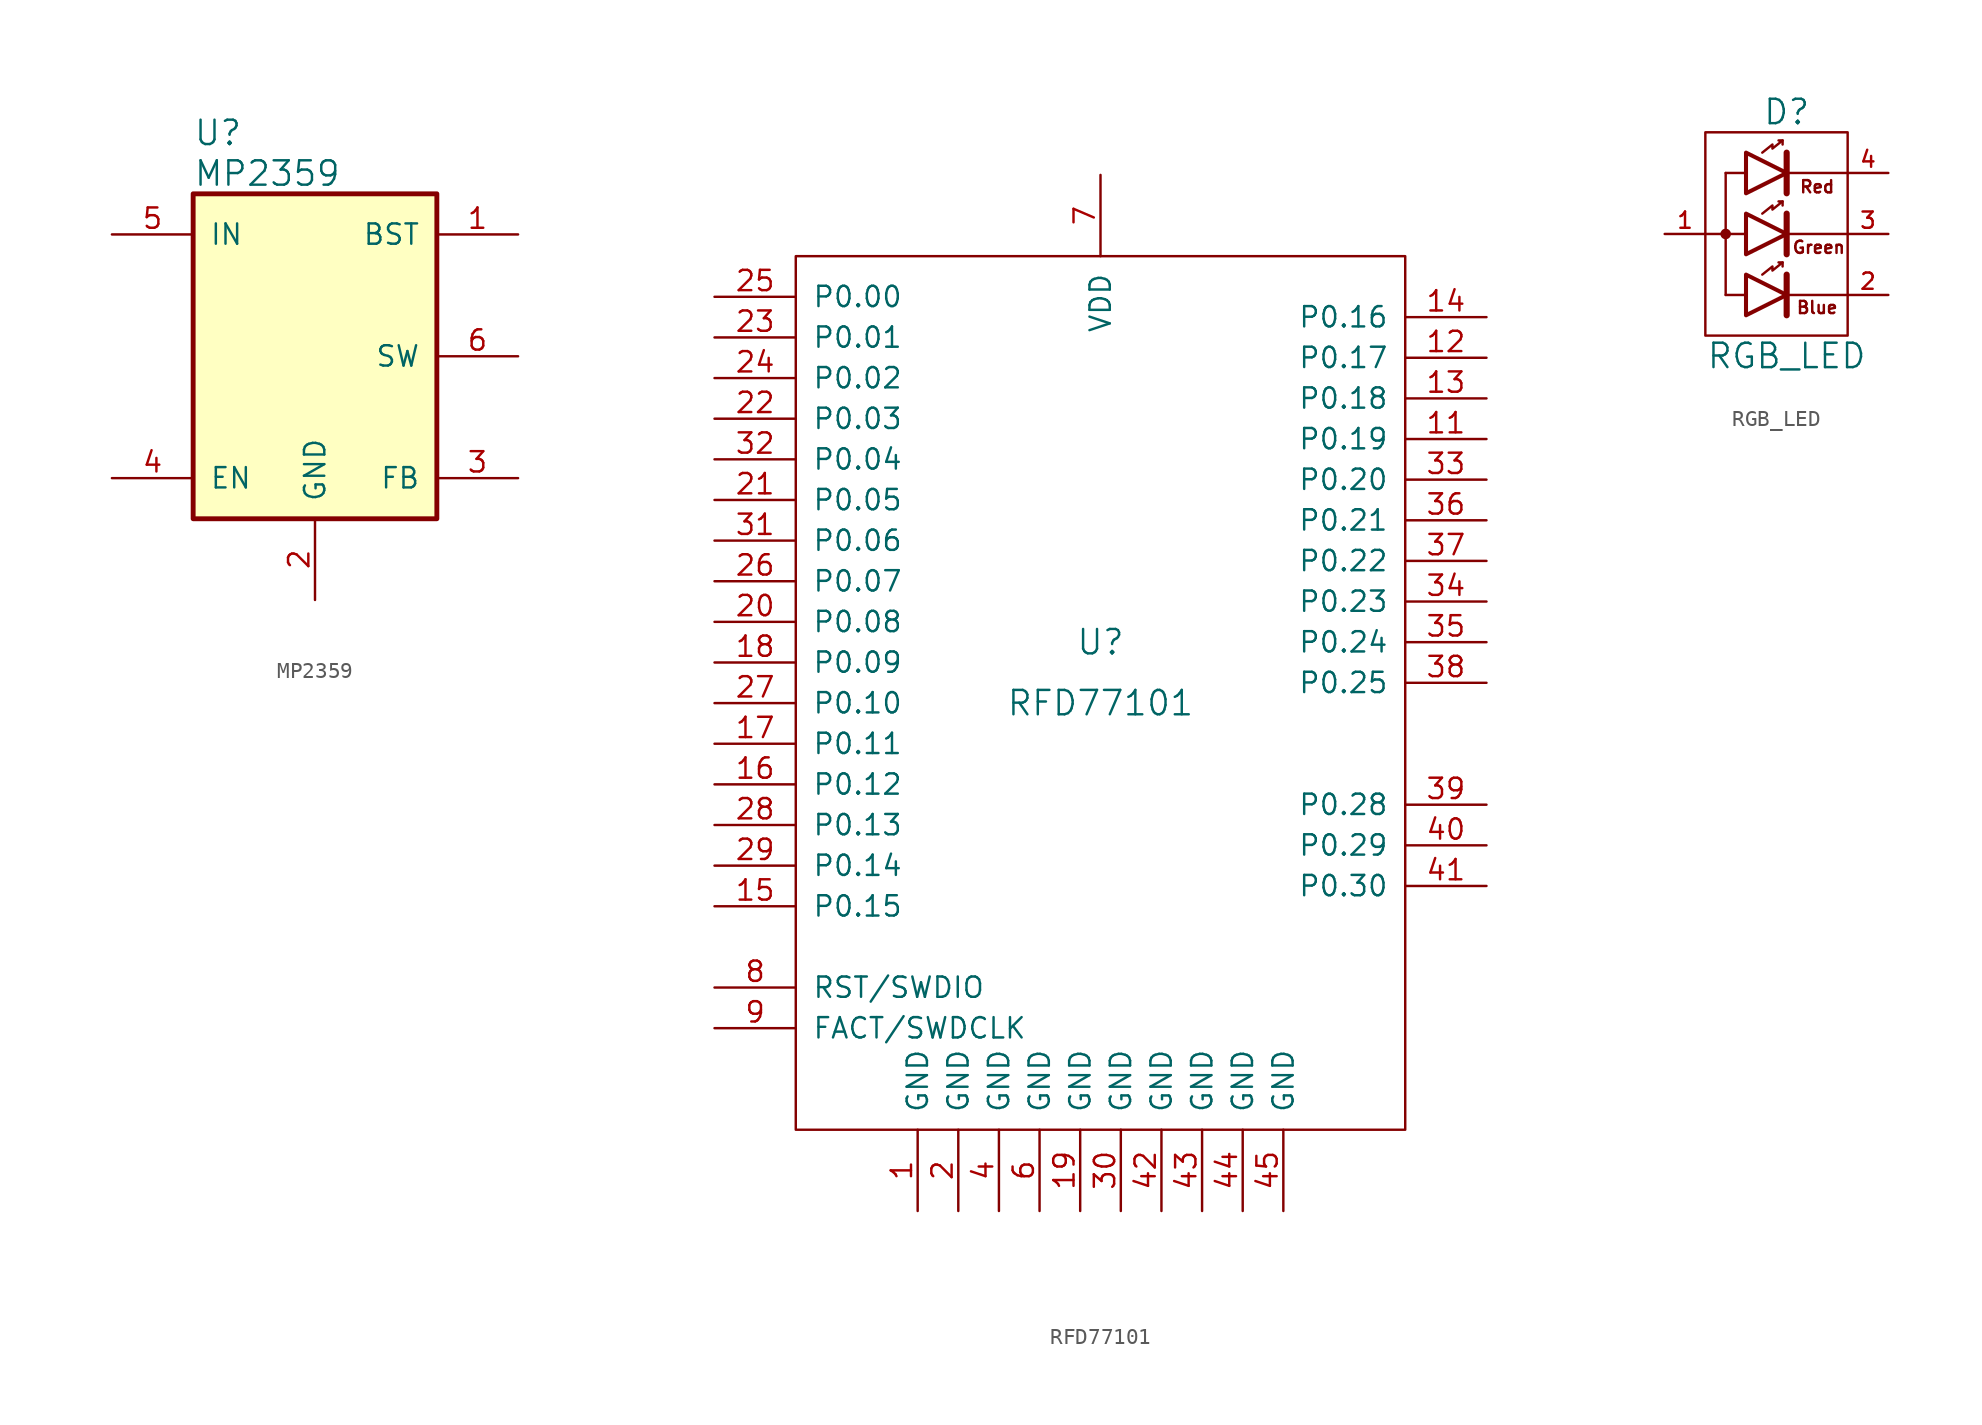
<source format=kicad_sym>
(kicad_symbol_lib
  (version 20241209)
  (generator "kicad_symbol_editor")
  (generator_version "9.0")
  (symbol "MP2359"
    (pin_names
      (offset 1.016))
    (property "Reference" "U"
      (at 5.08 6.35 0)
      (effects (font (size 1.524 1.524)) (justify left)))
    (property "Value" "MP2359"
      (at 5.08 3.81 0)
      (effects (font (size 1.524 1.524)) (justify left)))
    (property "ki_locked" ""
      (at 0 0 0)
      (effects (font (size 1.27 1.27))))
    (symbol "MP2359_1_1"
      (rectangle (start 5.08 2.54) (end 20.32 -17.78) (stroke (width 0.305) (type default)) (fill (type background)))
      (pin power_in line (at 0 0 0) (length 5.08) (name "IN" (effects (font (size 1.27 1.27)))) (number "5" (effects (font (size 1.27 1.27)))))
      (pin input line (at 0 -15.24 0) (length 5.08) (name "EN" (effects (font (size 1.27 1.27)))) (number "4" (effects (font (size 1.27 1.27)))))
      (pin power_in line (at 12.7 -22.86 90) (length 5.08) (name "GND" (effects (font (size 1.27 1.27)))) (number "2" (effects (font (size 1.27 1.27)))))
      (pin passive line (at 25.4 0 180) (length 5.08) (name "BST" (effects (font (size 1.27 1.27)))) (number "1" (effects (font (size 1.27 1.27)))))
      (pin output line (at 25.4 -7.62 180) (length 5.08) (name "SW" (effects (font (size 1.27 1.27)))) (number "6" (effects (font (size 1.27 1.27)))))
      (pin input line (at 25.4 -15.24 180) (length 5.08) (name "FB" (effects (font (size 1.27 1.27)))) (number "3" (effects (font (size 1.27 1.27)))))))
  (symbol "RFD77101"
    (pin_names
      (offset 1.016))
    (property "Reference" "U"
      (at 0 1.27 0)
      (effects (font (size 1.524 1.524))))
    (property "Value" "RFD77101"
      (at 0 -2.54 0)
      (effects (font (size 1.524 1.524))))
    (property "Footprint" ""
      (at 0 -2.54 0)
      (effects (font (size 1.524 1.524))))
    (property "Datasheet" ""
      (at 0 -2.54 0)
      (effects (font (size 1.524 1.524))))
    (symbol "RFD77101_0_1"
      (rectangle (start -19.05 25.4) (end 19.05 -29.21) (stroke (width 0) (type default)) (fill (type none))))
    (symbol "RFD77101_1_1"
      (pin bidirectional line (at -24.13 22.86 0) (length 5.08) (name "P0.00" (effects (font (size 1.27 1.27)))) (number "25" (effects (font (size 1.27 1.27)))))
      (pin bidirectional line (at -24.13 20.32 0) (length 5.08) (name "P0.01" (effects (font (size 1.27 1.27)))) (number "23" (effects (font (size 1.27 1.27)))))
      (pin bidirectional line (at -24.13 17.78 0) (length 5.08) (name "P0.02" (effects (font (size 1.27 1.27)))) (number "24" (effects (font (size 1.27 1.27)))))
      (pin bidirectional line (at -24.13 15.24 0) (length 5.08) (name "P0.03" (effects (font (size 1.27 1.27)))) (number "22" (effects (font (size 1.27 1.27)))))
      (pin bidirectional line (at -24.13 12.7 0) (length 5.08) (name "P0.04" (effects (font (size 1.27 1.27)))) (number "32" (effects (font (size 1.27 1.27)))))
      (pin bidirectional line (at -24.13 10.16 0) (length 5.08) (name "P0.05" (effects (font (size 1.27 1.27)))) (number "21" (effects (font (size 1.27 1.27)))))
      (pin bidirectional line (at -24.13 7.62 0) (length 5.08) (name "P0.06" (effects (font (size 1.27 1.27)))) (number "31" (effects (font (size 1.27 1.27)))))
      (pin bidirectional line (at -24.13 5.08 0) (length 5.08) (name "P0.07" (effects (font (size 1.27 1.27)))) (number "26" (effects (font (size 1.27 1.27)))))
      (pin bidirectional line (at -24.13 2.54 0) (length 5.08) (name "P0.08" (effects (font (size 1.27 1.27)))) (number "20" (effects (font (size 1.27 1.27)))))
      (pin bidirectional line (at -24.13 0 0) (length 5.08) (name "P0.09" (effects (font (size 1.27 1.27)))) (number "18" (effects (font (size 1.27 1.27)))))
      (pin bidirectional line (at -24.13 -2.54 0) (length 5.08) (name "P0.10" (effects (font (size 1.27 1.27)))) (number "27" (effects (font (size 1.27 1.27)))))
      (pin bidirectional line (at -24.13 -5.08 0) (length 5.08) (name "P0.11" (effects (font (size 1.27 1.27)))) (number "17" (effects (font (size 1.27 1.27)))))
      (pin bidirectional line (at -24.13 -7.62 0) (length 5.08) (name "P0.12" (effects (font (size 1.27 1.27)))) (number "16" (effects (font (size 1.27 1.27)))))
      (pin bidirectional line (at -24.13 -10.16 0) (length 5.08) (name "P0.13" (effects (font (size 1.27 1.27)))) (number "28" (effects (font (size 1.27 1.27)))))
      (pin bidirectional line (at -24.13 -12.7 0) (length 5.08) (name "P0.14" (effects (font (size 1.27 1.27)))) (number "29" (effects (font (size 1.27 1.27)))))
      (pin bidirectional line (at -24.13 -15.24 0) (length 5.08) (name "P0.15" (effects (font (size 1.27 1.27)))) (number "15" (effects (font (size 1.27 1.27)))))
      (pin bidirectional line (at -24.13 -20.32 0) (length 5.08) (name "RST/SWDIO" (effects (font (size 1.27 1.27)))) (number "8" (effects (font (size 1.27 1.27)))))
      (pin input line (at -24.13 -22.86 0) (length 5.08) (name "FACT/SWDCLK" (effects (font (size 1.27 1.27)))) (number "9" (effects (font (size 1.27 1.27)))))
      (pin power_in line (at -11.43 -34.29 90) (length 5.08) (name "GND" (effects (font (size 1.27 1.27)))) (number "1" (effects (font (size 1.27 1.27)))))
      (pin power_in line (at -8.89 -34.29 90) (length 5.08) (name "GND" (effects (font (size 1.27 1.27)))) (number "2" (effects (font (size 1.27 1.27)))))
      (pin power_in line (at -6.35 -34.29 90) (length 5.08) (name "GND" (effects (font (size 1.27 1.27)))) (number "4" (effects (font (size 1.27 1.27)))))
      (pin power_in line (at -3.81 -34.29 90) (length 5.08) (name "GND" (effects (font (size 1.27 1.27)))) (number "6" (effects (font (size 1.27 1.27)))))
      (pin power_in line (at -1.27 -34.29 90) (length 5.08) (name "GND" (effects (font (size 1.27 1.27)))) (number "19" (effects (font (size 1.27 1.27)))))
      (pin power_in line (at 0 30.48 270) (length 5.08) (name "VDD" (effects (font (size 1.27 1.27)))) (number "7" (effects (font (size 1.27 1.27)))))
      (pin power_in line (at 1.27 -34.29 90) (length 5.08) (name "GND" (effects (font (size 1.27 1.27)))) (number "30" (effects (font (size 1.27 1.27)))))
      (pin no_connect line (at 2.54 30.48 270) (length 5.08) (hide yes) (name "NC" (effects (font (size 1.27 1.27)))) (number "3" (effects (font (size 1.27 1.27)))))
      (pin power_in line (at 3.81 -34.29 90) (length 5.08) (name "GND" (effects (font (size 1.27 1.27)))) (number "42" (effects (font (size 1.27 1.27)))))
      (pin no_connect line (at 5.08 30.48 270) (length 5.08) (hide yes) (name "NC" (effects (font (size 1.27 1.27)))) (number "5" (effects (font (size 1.27 1.27)))))
      (pin power_in line (at 6.35 -34.29 90) (length 5.08) (name "GND" (effects (font (size 1.27 1.27)))) (number "43" (effects (font (size 1.27 1.27)))))
      (pin no_connect line (at 7.62 30.48 270) (length 5.08) (hide yes) (name "NC" (effects (font (size 1.27 1.27)))) (number "10" (effects (font (size 1.27 1.27)))))
      (pin power_in line (at 8.89 -34.29 90) (length 5.08) (name "GND" (effects (font (size 1.27 1.27)))) (number "44" (effects (font (size 1.27 1.27)))))
      (pin power_in line (at 11.43 -34.29 90) (length 5.08) (name "GND" (effects (font (size 1.27 1.27)))) (number "45" (effects (font (size 1.27 1.27)))))
      (pin bidirectional line (at 24.13 21.59 180) (length 5.08) (name "P0.16" (effects (font (size 1.27 1.27)))) (number "14" (effects (font (size 1.27 1.27)))))
      (pin bidirectional line (at 24.13 19.05 180) (length 5.08) (name "P0.17" (effects (font (size 1.27 1.27)))) (number "12" (effects (font (size 1.27 1.27)))))
      (pin bidirectional line (at 24.13 16.51 180) (length 5.08) (name "P0.18" (effects (font (size 1.27 1.27)))) (number "13" (effects (font (size 1.27 1.27)))))
      (pin bidirectional line (at 24.13 13.97 180) (length 5.08) (name "P0.19" (effects (font (size 1.27 1.27)))) (number "11" (effects (font (size 1.27 1.27)))))
      (pin bidirectional line (at 24.13 11.43 180) (length 5.08) (name "P0.20" (effects (font (size 1.27 1.27)))) (number "33" (effects (font (size 1.27 1.27)))))
      (pin bidirectional line (at 24.13 8.89 180) (length 5.08) (name "P0.21" (effects (font (size 1.27 1.27)))) (number "36" (effects (font (size 1.27 1.27)))))
      (pin bidirectional line (at 24.13 6.35 180) (length 5.08) (name "P0.22" (effects (font (size 1.27 1.27)))) (number "37" (effects (font (size 1.27 1.27)))))
      (pin bidirectional line (at 24.13 3.81 180) (length 5.08) (name "P0.23" (effects (font (size 1.27 1.27)))) (number "34" (effects (font (size 1.27 1.27)))))
      (pin bidirectional line (at 24.13 1.27 180) (length 5.08) (name "P0.24" (effects (font (size 1.27 1.27)))) (number "35" (effects (font (size 1.27 1.27)))))
      (pin bidirectional line (at 24.13 -1.27 180) (length 5.08) (name "P0.25" (effects (font (size 1.27 1.27)))) (number "38" (effects (font (size 1.27 1.27)))))
      (pin bidirectional line (at 24.13 -8.89 180) (length 5.08) (name "P0.28" (effects (font (size 1.27 1.27)))) (number "39" (effects (font (size 1.27 1.27)))))
      (pin bidirectional line (at 24.13 -11.43 180) (length 5.08) (name "P0.29" (effects (font (size 1.27 1.27)))) (number "40" (effects (font (size 1.27 1.27)))))
      (pin bidirectional line (at 24.13 -13.97 180) (length 5.08) (name "P0.30" (effects (font (size 1.27 1.27)))) (number "41" (effects (font (size 1.27 1.27)))))))
  (symbol "RGB_LED"
    (pin_names
      (offset 0.025)
      (hide yes))
    (property "Reference" "D"
      (at 0 7.62 0)
      (effects (font (size 1.524 1.524))))
    (property "Value" "RGB_LED"
      (at 0 -7.62 0)
      (effects (font (size 1.524 1.524))))
    (property "Footprint" ""
      (at 0 0 0)
      (effects (font (size 1.524 1.524))))
    (property "Datasheet" ""
      (at 0 0 0)
      (effects (font (size 1.524 1.524))))
    (symbol "RGB_LED_0_0"
      (polyline (pts (xy -2.54 3.81) (xy -3.81 3.81)) (stroke (width 0) (type default)) (fill (type none)))
      (polyline (pts (xy -2.54 0) (xy -5.08 0)) (stroke (width 0) (type default)) (fill (type none)))
      (polyline (pts (xy -2.54 -3.81) (xy -3.81 -3.81)) (stroke (width 0) (type default)) (fill (type none)))
      (polyline (pts (xy 0 3.81) (xy 3.81 3.81)) (stroke (width 0) (type default)) (fill (type none)))
      (polyline (pts (xy 0 0) (xy 3.81 0)) (stroke (width 0) (type default)) (fill (type none)))
      (polyline (pts (xy 0 -3.81) (xy 3.81 -3.81)) (stroke (width 0) (type default)) (fill (type none)))
      (text "Red" (at 1.905 2.946 0) (effects (font (size 0.762 0.762))))
      (text "Blue" (at 1.905 -4.597 0) (effects (font (size 0.762 0.762))))
      (text "Green" (at 2.007 -0.838 0) (effects (font (size 0.762 0.762)))))
    (symbol "RGB_LED_0_1"
      (rectangle (start -5.08 6.35) (end 3.81 -6.35) (stroke (width 0) (type default)) (fill (type none)))
      (polyline (pts (xy -3.81 3.81) (xy -3.81 -3.81)) (stroke (width 0.152) (type default)) (fill (type none)))
      (circle (center -3.81 0) (radius 0.254) (stroke (width 0.152) (type default)) (fill (type outline)))
      (polyline (pts (xy -2.54 5.08) (xy -2.54 2.54) (xy 0 3.81) (xy -2.54 5.08)) (stroke (width 0.254) (type default)) (fill (type none)))
      (polyline (pts (xy -2.54 1.27) (xy -2.54 -1.27) (xy 0 0) (xy -2.54 1.27)) (stroke (width 0.254) (type default)) (fill (type none)))
      (polyline (pts (xy -2.54 -2.54) (xy -2.54 -5.08) (xy 0 -3.81) (xy -2.54 -2.54)) (stroke (width 0.254) (type default)) (fill (type none)))
      (polyline (pts (xy -1.524 5.08) (xy -0.889 5.588) (xy -0.889 5.334) (xy -0.254 5.842) (xy -0.508 5.842)) (stroke (width 0.152) (type default)) (fill (type none)))
      (polyline (pts (xy -1.524 1.27) (xy -0.889 1.778) (xy -0.889 1.524) (xy -0.254 2.032) (xy -0.508 2.032)) (stroke (width 0.152) (type default)) (fill (type none)))
      (polyline (pts (xy -1.524 -2.54) (xy -0.889 -2.032) (xy -0.889 -2.286) (xy -0.254 -1.778) (xy -0.508 -1.778)) (stroke (width 0.152) (type default)) (fill (type none)))
      (polyline (pts (xy -0.254 5.842) (xy -0.254 5.588)) (stroke (width 0.152) (type default)) (fill (type none)))
      (polyline (pts (xy -0.254 2.032) (xy -0.254 1.778)) (stroke (width 0.152) (type default)) (fill (type none)))
      (polyline (pts (xy -0.254 -1.778) (xy -0.254 -2.032)) (stroke (width 0.152) (type default)) (fill (type none)))
      (polyline (pts (xy 0 5.08) (xy 0 2.54)) (stroke (width 0.381) (type default)) (fill (type none)))
      (polyline (pts (xy 0 1.27) (xy 0 -1.27)) (stroke (width 0.381) (type default)) (fill (type none)))
      (polyline (pts (xy 0 -2.54) (xy 0 -5.08)) (stroke (width 0.381) (type default)) (fill (type none))))
    (symbol "RGB_LED_1_1"
      (pin passive line (at -7.62 0 0) (length 2.54) (name "AG" (effects (font (size 1.016 1.016)))) (number "1" (effects (font (size 1.016 1.016)))))
      (pin passive line (at 6.35 3.81 180) (length 2.54) (name "KR" (effects (font (size 1.016 1.016)))) (number "4" (effects (font (size 1.016 1.016)))))
      (pin passive line (at 6.35 0 180) (length 2.54) (name "KG" (effects (font (size 1.016 1.016)))) (number "3" (effects (font (size 1.016 1.016)))))
      (pin passive line (at 6.35 -3.81 180) (length 2.54) (name "KB" (effects (font (size 1.016 1.016)))) (number "2" (effects (font (size 1.016 1.016))))))))
</source>
